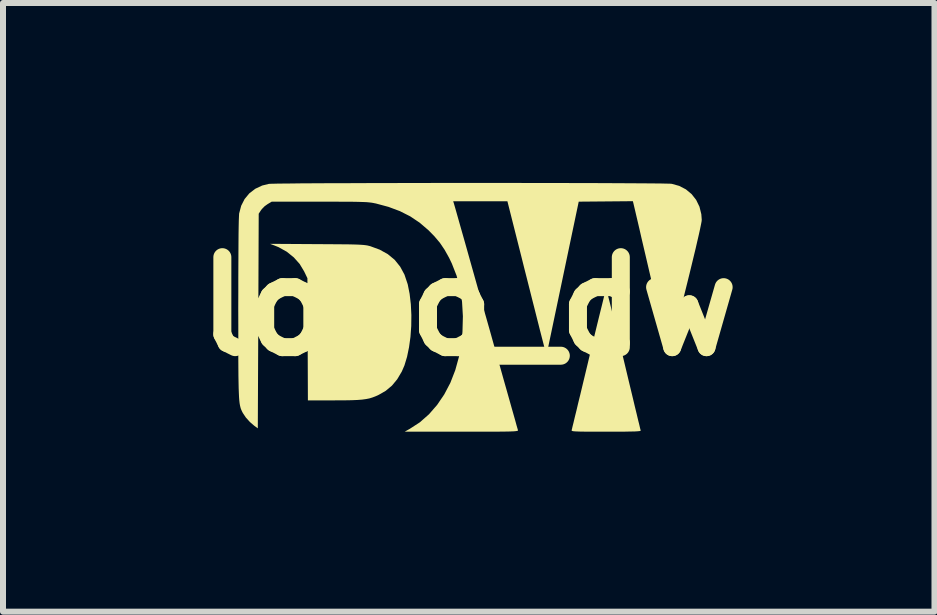
<source format=kicad_pcb>
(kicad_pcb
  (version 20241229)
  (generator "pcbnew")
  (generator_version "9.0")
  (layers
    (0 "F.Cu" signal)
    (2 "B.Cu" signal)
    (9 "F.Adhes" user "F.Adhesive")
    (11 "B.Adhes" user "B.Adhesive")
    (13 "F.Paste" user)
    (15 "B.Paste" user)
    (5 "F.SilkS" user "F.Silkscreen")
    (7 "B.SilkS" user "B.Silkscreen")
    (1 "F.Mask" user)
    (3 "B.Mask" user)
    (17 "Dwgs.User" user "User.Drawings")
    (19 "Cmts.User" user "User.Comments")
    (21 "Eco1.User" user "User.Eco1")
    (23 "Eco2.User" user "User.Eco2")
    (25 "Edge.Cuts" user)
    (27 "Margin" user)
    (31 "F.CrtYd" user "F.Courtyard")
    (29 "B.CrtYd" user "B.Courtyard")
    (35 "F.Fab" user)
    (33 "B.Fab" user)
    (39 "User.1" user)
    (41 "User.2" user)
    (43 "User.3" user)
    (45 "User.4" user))
  (footprint "logo_dw"
    (layer "F.Cu")
    (at 4.764 2.059)
    (property "Reference" "logo_dw" (at 0 0 0) (layer "F.SilkS") (effects (font (size 1.5 1.5) (thickness 0.3))))
    (attr board_only exclude_from_pos_files exclude_from_bom)
    (fp_poly (pts (xy -2.53 -1.039) (xy -2.358 -1.038) (xy -2.213 -1.037) (xy -2.092 -1.036) (xy -1.992 -1.035) (xy -1.91 -1.033) (xy -1.845 -1.031) (xy -1.793 -1.028) (xy -1.751 -1.025) (xy -1.718 -1.021) (xy -1.691 -1.017) (xy -1.666 -1.011) (xy -1.642 -1.005) (xy -1.484 -0.947) (xy -1.349 -0.872) (xy -1.235 -0.778) (xy -1.143 -0.664) (xy -1.071 -0.531) (xy -1.019 -0.376) (xy -1.017 -0.37) (xy -0.985 -0.21) (xy -0.965 -0.038) (xy -0.956 0.143) (xy -0.958 0.326) (xy -0.971 0.507) (xy -0.995 0.68) (xy -1.028 0.84) (xy -1.071 0.982) (xy -1.115 1.084) (xy -1.192 1.214) (xy -1.28 1.32) (xy -1.384 1.407) (xy -1.501 1.474) (xy -1.554 1.498) (xy -1.604 1.517) (xy -1.656 1.533) (xy -1.713 1.544) (xy -1.778 1.553) (xy -1.857 1.559) (xy -1.952 1.563) (xy -2.068 1.565) (xy -2.208 1.565) (xy -2.243 1.566) (xy -2.681 1.566) (xy -2.685 0.547) (xy -2.689 -0.471) (xy -2.744 -0.585) (xy -2.818 -0.708) (xy -2.916 -0.818) (xy -3.034 -0.913) (xy -3.169 -0.988) (xy -3.238 -1.016) (xy -3.313 -1.044)) (stroke (width 0) (type solid)) (fill yes) (layer "F.SilkS"))
    (fp_poly (pts (xy 2.295 -0.281) (xy 2.306 -0.243) (xy 2.322 -0.181) (xy 2.344 -0.096) (xy 2.37 0.008) (xy 2.4 0.131) (xy 2.434 0.269) (xy 2.471 0.422) (xy 2.511 0.586) (xy 2.553 0.76) (xy 2.58 0.874) (xy 2.623 1.054) (xy 2.664 1.226) (xy 2.703 1.388) (xy 2.739 1.538) (xy 2.771 1.673) (xy 2.8 1.792) (xy 2.824 1.893) (xy 2.844 1.973) (xy 2.857 2.03) (xy 2.866 2.063) (xy 2.867 2.07) (xy 2.863 2.074) (xy 2.846 2.078) (xy 2.814 2.081) (xy 2.765 2.084) (xy 2.696 2.085) (xy 2.605 2.087) (xy 2.49 2.087) (xy 2.35 2.088) (xy 2.291 2.088) (xy 2.146 2.088) (xy 2.027 2.087) (xy 1.932 2.087) (xy 1.858 2.086) (xy 1.803 2.084) (xy 1.764 2.082) (xy 1.738 2.079) (xy 1.723 2.075) (xy 1.717 2.07) (xy 1.716 2.064) (xy 1.716 2.062) (xy 1.721 2.045) (xy 1.731 2.001) (xy 1.748 1.933) (xy 1.769 1.844) (xy 1.796 1.735) (xy 1.826 1.608) (xy 1.861 1.466) (xy 1.898 1.311) (xy 1.938 1.145) (xy 1.98 0.97) (xy 2.002 0.877) (xy 2.045 0.699) (xy 2.086 0.528) (xy 2.125 0.368) (xy 2.161 0.221) (xy 2.194 0.087) (xy 2.223 -0.029) (xy 2.247 -0.128) (xy 2.266 -0.205) (xy 2.28 -0.259) (xy 2.288 -0.289) (xy 2.29 -0.293)) (stroke (width 0) (type solid)) (fill yes) (layer "F.SilkS"))
    (fp_poly (pts (xy 0.535 -2.059) (xy 0.803 -2.059) (xy 1.067 -2.058) (xy 1.324 -2.058) (xy 1.574 -2.058) (xy 1.814 -2.057) (xy 2.043 -2.057) (xy 2.26 -2.056) (xy 2.462 -2.055) (xy 2.649 -2.054) (xy 2.818 -2.053) (xy 2.969 -2.052) (xy 3.098 -2.051) (xy 3.206 -2.05) (xy 3.29 -2.048) (xy 3.348 -2.047) (xy 3.379 -2.045) (xy 3.383 -2.045) (xy 3.509 -2.01) (xy 3.621 -1.952) (xy 3.716 -1.873) (xy 3.792 -1.776) (xy 3.847 -1.663) (xy 3.878 -1.538) (xy 3.885 -1.444) (xy 3.882 -1.416) (xy 3.872 -1.364) (xy 3.857 -1.291) (xy 3.837 -1.2) (xy 3.812 -1.092) (xy 3.784 -0.97) (xy 3.752 -0.838) (xy 3.718 -0.697) (xy 3.682 -0.549) (xy 3.645 -0.399) (xy 3.607 -0.247) (xy 3.57 -0.097) (xy 3.533 0.05) (xy 3.497 0.189) (xy 3.463 0.32) (xy 3.431 0.439) (xy 3.403 0.544) (xy 3.379 0.632) (xy 3.359 0.702) (xy 3.344 0.749) (xy 3.334 0.772) (xy 3.332 0.774) (xy 3.327 0.756) (xy 3.316 0.712) (xy 3.299 0.644) (xy 3.278 0.554) (xy 3.252 0.444) (xy 3.221 0.316) (xy 3.188 0.173) (xy 3.151 0.016) (xy 3.111 -0.153) (xy 3.07 -0.331) (xy 3.037 -0.471) (xy 2.994 -0.655) (xy 2.953 -0.831) (xy 2.914 -0.997) (xy 2.878 -1.151) (xy 2.846 -1.292) (xy 2.817 -1.416) (xy 2.792 -1.522) (xy 2.772 -1.608) (xy 2.757 -1.671) (xy 2.748 -1.71) (xy 2.745 -1.722) (xy 2.737 -1.755) (xy 2.285 -1.751) (xy 1.834 -1.747) (xy 1.565 -0.465) (xy 1.296 0.816) (xy 1.207 0.47) (xy 1.187 0.393) (xy 1.162 0.293) (xy 1.131 0.171) (xy 1.096 0.032) (xy 1.057 -0.121) (xy 1.016 -0.284) (xy 0.973 -0.454) (xy 0.929 -0.627) (xy 0.886 -0.799) (xy 0.882 -0.815) (xy 0.645 -1.754) (xy 0.193 -1.754) (xy -0.259 -1.754) (xy -0.246 -1.714) (xy -0.241 -1.696) (xy -0.228 -1.651) (xy -0.208 -1.581) (xy -0.182 -1.489) (xy -0.15 -1.376) (xy -0.112 -1.242) (xy -0.069 -1.091) (xy -0.022 -0.924) (xy 0.029 -0.742) (xy 0.084 -0.547) (xy 0.142 -0.341) (xy 0.203 -0.126) (xy 0.266 0.098) (xy 0.29 0.181) (xy 0.354 0.407) (xy 0.415 0.625) (xy 0.474 0.834) (xy 0.53 1.032) (xy 0.582 1.218) (xy 0.631 1.39) (xy 0.675 1.546) (xy 0.714 1.685) (xy 0.748 1.804) (xy 0.776 1.903) (xy 0.797 1.98) (xy 0.812 2.032) (xy 0.82 2.059) (xy 0.821 2.062) (xy 0.821 2.067) (xy 0.817 2.072) (xy 0.807 2.075) (xy 0.789 2.078) (xy 0.761 2.081) (xy 0.721 2.083) (xy 0.666 2.085) (xy 0.595 2.086) (xy 0.506 2.087) (xy 0.396 2.087) (xy 0.264 2.087) (xy 0.107 2.087) (xy -0.076 2.088) (xy -0.119 2.087) (xy -1.066 2.087) (xy -0.982 2.04) (xy -0.814 1.931) (xy -0.662 1.797) (xy -0.527 1.642) (xy -0.408 1.467) (xy -0.306 1.273) (xy -0.224 1.062) (xy -0.162 0.837) (xy -0.12 0.598) (xy -0.104 0.421) (xy -0.097 0.163) (xy -0.111 -0.077) (xy -0.146 -0.301) (xy -0.202 -0.513) (xy -0.281 -0.715) (xy -0.327 -0.811) (xy -0.402 -0.945) (xy -0.481 -1.062) (xy -0.573 -1.171) (xy -0.669 -1.269) (xy -0.817 -1.396) (xy -0.975 -1.502) (xy -1.147 -1.589) (xy -1.337 -1.66) (xy -1.549 -1.717) (xy -1.566 -1.72) (xy -1.595 -1.726) (xy -1.626 -1.731) (xy -1.662 -1.735) (xy -1.704 -1.739) (xy -1.756 -1.741) (xy -1.82 -1.743) (xy -1.899 -1.745) (xy -1.996 -1.746) (xy -2.113 -1.746) (xy -2.252 -1.747) (xy -2.417 -1.747) (xy -2.486 -1.747) (xy -3.284 -1.747) (xy -3.353 -1.706) (xy -3.402 -1.671) (xy -3.446 -1.626) (xy -3.462 -1.606) (xy -3.501 -1.546) (xy -3.508 0.243) (xy -3.516 2.032) (xy -3.574 1.99) (xy -3.648 1.926) (xy -3.715 1.852) (xy -3.765 1.777) (xy -3.77 1.768) (xy -3.781 1.746) (xy -3.791 1.724) (xy -3.8 1.701) (xy -3.807 1.676) (xy -3.814 1.645) (xy -3.82 1.609) (xy -3.825 1.564) (xy -3.829 1.51) (xy -3.832 1.444) (xy -3.835 1.365) (xy -3.837 1.27) (xy -3.839 1.16) (xy -3.84 1.03) (xy -3.841 0.88) (xy -3.841 0.709) (xy -3.841 0.514) (xy -3.841 0.293) (xy -3.842 0.045) (xy -3.842 0.029) (xy -3.841 -0.232) (xy -3.841 -0.473) (xy -3.84 -0.691) (xy -3.839 -0.888) (xy -3.838 -1.06) (xy -3.837 -1.209) (xy -3.835 -1.332) (xy -3.833 -1.429) (xy -3.83 -1.5) (xy -3.828 -1.542) (xy -3.827 -1.551) (xy -3.793 -1.679) (xy -3.736 -1.791) (xy -3.657 -1.886) (xy -3.558 -1.962) (xy -3.443 -2.016) (xy -3.334 -2.043) (xy -3.31 -2.045) (xy -3.258 -2.046) (xy -3.181 -2.048) (xy -3.079 -2.049) (xy -2.954 -2.05) (xy -2.809 -2.052) (xy -2.644 -2.053) (xy -2.462 -2.054) (xy -2.263 -2.055) (xy -2.049 -2.055) (xy -1.823 -2.056) (xy -1.585 -2.057) (xy -1.338 -2.057) (xy -1.082 -2.058) (xy -0.82 -2.058) (xy -0.552 -2.059) (xy -0.282 -2.059) (xy -0.009 -2.059) (xy 0.263 -2.059)) (stroke (width 0) (type solid)) (fill yes) (layer "F.SilkS")))
  (gr_rect
    (start -3 -3)
    (end 12.529 7.147)
    (stroke (width 0.1) (type default))
    (fill no)
    (layer "Edge.Cuts")))
</source>
